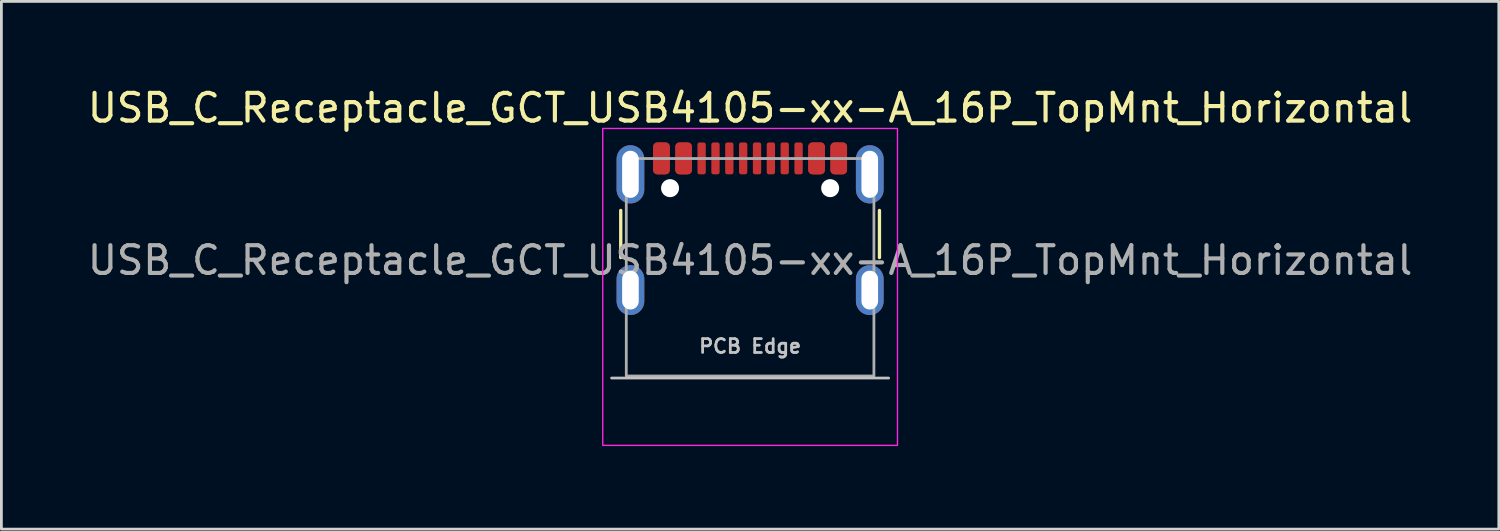
<source format=kicad_pcb>
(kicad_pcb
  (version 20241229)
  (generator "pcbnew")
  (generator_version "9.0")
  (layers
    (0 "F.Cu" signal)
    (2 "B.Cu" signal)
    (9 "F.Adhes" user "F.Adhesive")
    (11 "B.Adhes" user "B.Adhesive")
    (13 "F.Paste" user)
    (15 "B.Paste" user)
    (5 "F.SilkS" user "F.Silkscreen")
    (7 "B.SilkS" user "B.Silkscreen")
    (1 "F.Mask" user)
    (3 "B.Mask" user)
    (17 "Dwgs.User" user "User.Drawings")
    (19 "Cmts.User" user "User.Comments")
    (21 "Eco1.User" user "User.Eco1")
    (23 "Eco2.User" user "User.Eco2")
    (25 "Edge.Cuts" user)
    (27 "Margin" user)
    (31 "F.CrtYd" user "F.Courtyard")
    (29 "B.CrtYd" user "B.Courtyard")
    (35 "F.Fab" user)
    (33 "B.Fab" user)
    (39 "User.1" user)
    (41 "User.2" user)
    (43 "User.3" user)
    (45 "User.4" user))
  (footprint "USB_C_Receptacle_GCT_USB4105-xx-A_16P_TopMnt_Horizontal"
    (layer "F.Cu")
    (at 24.03 6.348)
    (property "Reference" "USB_C_Receptacle_GCT_USB4105-xx-A_16P_TopMnt_Horizontal" (at 0 -5.5 0) (unlocked yes) (layer "F.SilkS") (effects (font (size 1 1) (thickness 0.15))))
    (attr smd)
    (fp_line (start -4.67 -0.1) (end -4.67 -1.8) (stroke (width 0.12) (type solid)) (layer "F.SilkS"))
    (fp_line (start 4.67 -0.1) (end 4.67 -1.8) (stroke (width 0.12) (type solid)) (layer "F.SilkS"))
    (fp_line (start 5 4.25) (end -5 4.25) (stroke (width 0.1) (type solid)) (layer "Dwgs.User"))
    (fp_rect (start -5.32 -4.76) (end 5.32 6.68) (stroke (width 0.05) (type solid)) (fill no) (layer "F.CrtYd"))
    (fp_rect (start -4.47 -3.675) (end 4.47 4.175) (stroke (width 0.1) (type solid)) (fill no) (layer "F.Fab"))
    (fp_text user "PCB Edge" (at 0 3.1 0) (unlocked yes) (layer "Dwgs.User") (effects (font (size 0.5 0.5) (thickness 0.1))))
    (fp_text user "${REFERENCE}" (at 0 0 0) (unlocked yes) (layer "F.Fab") (effects (font (size 1 1) (thickness 0.15))))
    (pad "" np_thru_hole circle (at -2.89 -2.605) (size 0.65 0.65) (drill 0.65) (layers "*.Cu" "*.Mask"))
    (pad "" np_thru_hole circle (at 2.89 -2.605) (size 0.65 0.65) (drill 0.65) (layers "*.Cu" "*.Mask"))
    (pad "A1" smd roundrect (at -3.2 -3.68) (size 0.6 1.15) (layers "F.Cu" "F.Mask" "F.Paste") (roundrect_rratio 0.25))
    (pad "A4" smd roundrect (at -2.4 -3.68) (size 0.6 1.15) (layers "F.Cu" "F.Mask" "F.Paste") (roundrect_rratio 0.25))
    (pad "A5" smd roundrect (at -1.25 -3.68) (size 0.3 1.15) (layers "F.Cu" "F.Mask" "F.Paste") (roundrect_rratio 0.25))
    (pad "A6" smd roundrect (at -0.25 -3.68) (size 0.3 1.15) (layers "F.Cu" "F.Mask" "F.Paste") (roundrect_rratio 0.25))
    (pad "A7" smd roundrect (at 0.25 -3.68) (size 0.3 1.15) (layers "F.Cu" "F.Mask" "F.Paste") (roundrect_rratio 0.25))
    (pad "A8" smd roundrect (at 1.25 -3.68) (size 0.3 1.15) (layers "F.Cu" "F.Mask" "F.Paste") (roundrect_rratio 0.25))
    (pad "A9" smd roundrect (at 2.4 -3.68) (size 0.6 1.15) (layers "F.Cu" "F.Mask" "F.Paste") (roundrect_rratio 0.25))
    (pad "A12" smd roundrect (at 3.2 -3.68) (size 0.6 1.15) (layers "F.Cu" "F.Mask" "F.Paste") (roundrect_rratio 0.25))
    (pad "B1" smd roundrect (at 3.2 -3.68) (size 0.6 1.15) (layers "F.Cu" "F.Mask" "F.Paste") (roundrect_rratio 0.25))
    (pad "B4" smd roundrect (at 2.4 -3.68) (size 0.6 1.15) (layers "F.Cu" "F.Mask" "F.Paste") (roundrect_rratio 0.25))
    (pad "B5" smd roundrect (at 1.75 -3.68) (size 0.3 1.15) (layers "F.Cu" "F.Mask" "F.Paste") (roundrect_rratio 0.25))
    (pad "B6" smd roundrect (at 0.75 -3.68) (size 0.3 1.15) (layers "F.Cu" "F.Mask" "F.Paste") (roundrect_rratio 0.25))
    (pad "B7" smd roundrect (at -0.75 -3.68) (size 0.3 1.15) (layers "F.Cu" "F.Mask" "F.Paste") (roundrect_rratio 0.25))
    (pad "B8" smd roundrect (at -1.75 -3.68) (size 0.3 1.15) (layers "F.Cu" "F.Mask" "F.Paste") (roundrect_rratio 0.25))
    (pad "B9" smd roundrect (at -2.4 -3.68) (size 0.6 1.15) (layers "F.Cu" "F.Mask" "F.Paste") (roundrect_rratio 0.25))
    (pad "B12" smd roundrect (at -3.2 -3.68) (size 0.6 1.15) (layers "F.Cu" "F.Mask" "F.Paste") (roundrect_rratio 0.25))
    (pad "S1" thru_hole oval (at -4.32 -3.105) (size 1 2.1) (drill oval 0.6 1.7) (property pad_prop_heatsink) (layers "*.Cu" "*.Mask" "F.Paste"))
    (pad "S2" thru_hole oval (at 4.32 -3.105) (size 1 2.1) (drill oval 0.6 1.7) (property pad_prop_heatsink) (layers "*.Cu" "*.Mask" "F.Paste"))
    (pad "S3" thru_hole oval (at -4.32 1.075) (size 1 1.8) (drill oval 0.6 1.4) (property pad_prop_heatsink) (layers "*.Cu" "*.Mask" "F.Paste"))
    (pad "S4" thru_hole oval (at 4.32 1.075) (size 1 1.8) (drill oval 0.6 1.4) (property pad_prop_heatsink) (layers "*.Cu" "*.Mask" "F.Paste")))
  (gr_rect
    (start -3 -3)
    (end 51.06 16.053)
    (stroke (width 0.1) (type default))
    (fill no)
    (layer "Edge.Cuts")))
</source>
